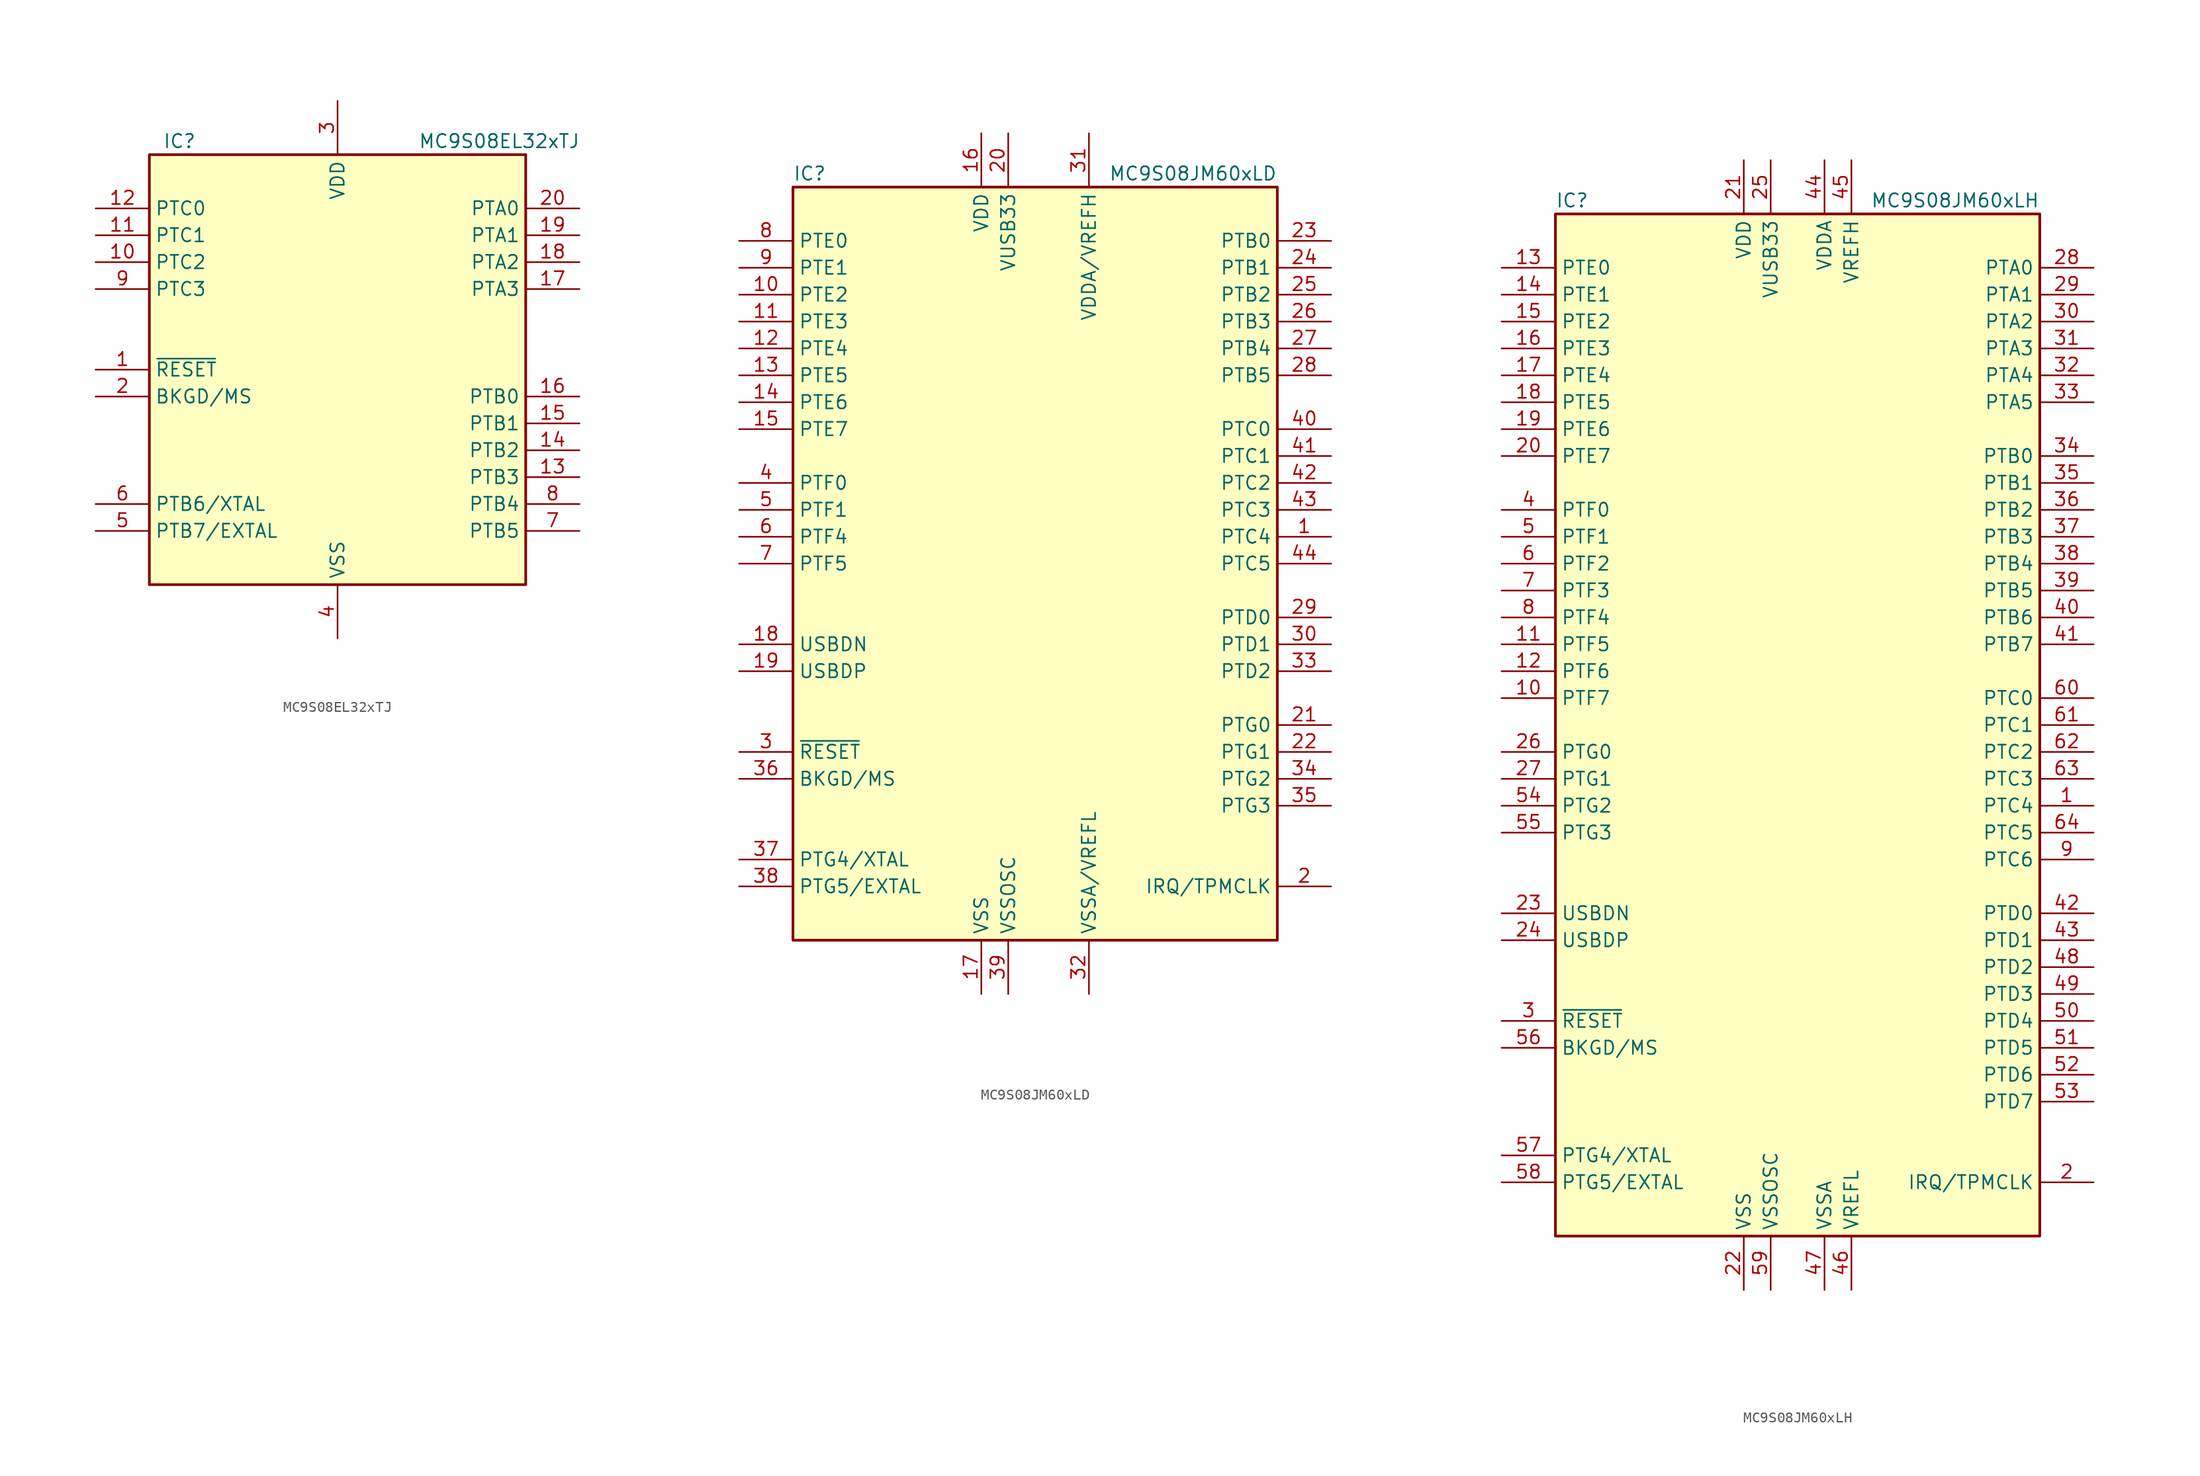
<source format=kicad_sym>
(kicad_symbol_lib
  (version 20231120)
  (generator "kicad_symbol_editor")
  (generator_version "8.0")
  (symbol "MC9S08EL32xTJ"
    (property "Reference" "IC"
      (at -16.51 21.59 0)
      (effects (font (size 1.27 1.27)) (justify left)))
    (property "Value" "MC9S08EL32xTJ"
      (at 7.62 21.59 0)
      (effects (font (size 1.27 1.27)) (justify left)))
    (symbol "MC9S08EL32xTJ_0_1"
      (rectangle (start -17.78 20.32) (end 17.78 -20.32) (stroke (width 0.254) (type default)) (fill (type background))))
    (symbol "MC9S08EL32xTJ_1_1"
      (pin input line (at -22.86 0 0) (length 5.08) (name "~{RESET}" (effects (font (size 1.27 1.27)))) (number "1" (effects (font (size 1.27 1.27)))))
      (pin bidirectional line (at -22.86 10.16 0) (length 5.08) (name "PTC2" (effects (font (size 1.27 1.27)))) (number "10" (effects (font (size 1.27 1.27)))))
      (pin bidirectional line (at -22.86 12.7 0) (length 5.08) (name "PTC1" (effects (font (size 1.27 1.27)))) (number "11" (effects (font (size 1.27 1.27)))))
      (pin bidirectional line (at -22.86 15.24 0) (length 5.08) (name "PTC0" (effects (font (size 1.27 1.27)))) (number "12" (effects (font (size 1.27 1.27)))))
      (pin bidirectional line (at 22.86 -10.16 180) (length 5.08) (name "PTB3" (effects (font (size 1.27 1.27)))) (number "13" (effects (font (size 1.27 1.27)))))
      (pin bidirectional line (at 22.86 -7.62 180) (length 5.08) (name "PTB2" (effects (font (size 1.27 1.27)))) (number "14" (effects (font (size 1.27 1.27)))))
      (pin bidirectional line (at 22.86 -5.08 180) (length 5.08) (name "PTB1" (effects (font (size 1.27 1.27)))) (number "15" (effects (font (size 1.27 1.27)))))
      (pin bidirectional line (at 22.86 -2.54 180) (length 5.08) (name "PTB0" (effects (font (size 1.27 1.27)))) (number "16" (effects (font (size 1.27 1.27)))))
      (pin bidirectional line (at 22.86 7.62 180) (length 5.08) (name "PTA3" (effects (font (size 1.27 1.27)))) (number "17" (effects (font (size 1.27 1.27)))))
      (pin bidirectional line (at 22.86 10.16 180) (length 5.08) (name "PTA2" (effects (font (size 1.27 1.27)))) (number "18" (effects (font (size 1.27 1.27)))))
      (pin bidirectional line (at 22.86 12.7 180) (length 5.08) (name "PTA1" (effects (font (size 1.27 1.27)))) (number "19" (effects (font (size 1.27 1.27)))))
      (pin bidirectional line (at -22.86 -2.54 0) (length 5.08) (name "BKGD/MS" (effects (font (size 1.27 1.27)))) (number "2" (effects (font (size 1.27 1.27)))))
      (pin bidirectional line (at 22.86 15.24 180) (length 5.08) (name "PTA0" (effects (font (size 1.27 1.27)))) (number "20" (effects (font (size 1.27 1.27)))))
      (pin power_in line (at 0 25.4 270) (length 5.08) (name "VDD" (effects (font (size 1.27 1.27)))) (number "3" (effects (font (size 1.27 1.27)))))
      (pin power_in line (at 0 -25.4 90) (length 5.08) (name "VSS" (effects (font (size 1.27 1.27)))) (number "4" (effects (font (size 1.27 1.27)))))
      (pin bidirectional line (at -22.86 -15.24 0) (length 5.08) (name "PTB7/EXTAL" (effects (font (size 1.27 1.27)))) (number "5" (effects (font (size 1.27 1.27)))))
      (pin bidirectional line (at -22.86 -12.7 0) (length 5.08) (name "PTB6/XTAL" (effects (font (size 1.27 1.27)))) (number "6" (effects (font (size 1.27 1.27)))))
      (pin bidirectional line (at 22.86 -15.24 180) (length 5.08) (name "PTB5" (effects (font (size 1.27 1.27)))) (number "7" (effects (font (size 1.27 1.27)))))
      (pin bidirectional line (at 22.86 -12.7 180) (length 5.08) (name "PTB4" (effects (font (size 1.27 1.27)))) (number "8" (effects (font (size 1.27 1.27)))))
      (pin bidirectional line (at -22.86 7.62 0) (length 5.08) (name "PTC3" (effects (font (size 1.27 1.27)))) (number "9" (effects (font (size 1.27 1.27)))))))
  (symbol "MC9S08JM60xLD"
    (property "Reference" "IC"
      (at -22.86 36.83 0)
      (effects (font (size 1.27 1.27)) (justify left)))
    (property "Value" "MC9S08JM60xLD"
      (at 22.86 36.83 0)
      (effects (font (size 1.27 1.27)) (justify right)))
    (symbol "MC9S08JM60xLD_0_1"
      (rectangle (start -22.86 35.56) (end 22.86 -35.56) (stroke (width 0.254) (type default)) (fill (type background))))
    (symbol "MC9S08JM60xLD_1_1"
      (pin bidirectional line (at 27.94 2.54 180) (length 5.08) (name "PTC4" (effects (font (size 1.27 1.27)))) (number "1" (effects (font (size 1.27 1.27)))))
      (pin bidirectional line (at -27.94 25.4 0) (length 5.08) (name "PTE2" (effects (font (size 1.27 1.27)))) (number "10" (effects (font (size 1.27 1.27)))))
      (pin bidirectional line (at -27.94 22.86 0) (length 5.08) (name "PTE3" (effects (font (size 1.27 1.27)))) (number "11" (effects (font (size 1.27 1.27)))))
      (pin bidirectional line (at -27.94 20.32 0) (length 5.08) (name "PTE4" (effects (font (size 1.27 1.27)))) (number "12" (effects (font (size 1.27 1.27)))))
      (pin bidirectional line (at -27.94 17.78 0) (length 5.08) (name "PTE5" (effects (font (size 1.27 1.27)))) (number "13" (effects (font (size 1.27 1.27)))))
      (pin bidirectional line (at -27.94 15.24 0) (length 5.08) (name "PTE6" (effects (font (size 1.27 1.27)))) (number "14" (effects (font (size 1.27 1.27)))))
      (pin bidirectional line (at -27.94 12.7 0) (length 5.08) (name "PTE7" (effects (font (size 1.27 1.27)))) (number "15" (effects (font (size 1.27 1.27)))))
      (pin power_in line (at -5.08 40.64 270) (length 5.08) (name "VDD" (effects (font (size 1.27 1.27)))) (number "16" (effects (font (size 1.27 1.27)))))
      (pin power_in line (at -5.08 -40.64 90) (length 5.08) (name "VSS" (effects (font (size 1.27 1.27)))) (number "17" (effects (font (size 1.27 1.27)))))
      (pin bidirectional line (at -27.94 -7.62 0) (length 5.08) (name "USBDN" (effects (font (size 1.27 1.27)))) (number "18" (effects (font (size 1.27 1.27)))))
      (pin bidirectional line (at -27.94 -10.16 0) (length 5.08) (name "USBDP" (effects (font (size 1.27 1.27)))) (number "19" (effects (font (size 1.27 1.27)))))
      (pin bidirectional line (at 27.94 -30.48 180) (length 5.08) (name "IRQ/TPMCLK" (effects (font (size 1.27 1.27)))) (number "2" (effects (font (size 1.27 1.27)))))
      (pin power_out line (at -2.54 40.64 270) (length 5.08) (name "VUSB33" (effects (font (size 1.27 1.27)))) (number "20" (effects (font (size 1.27 1.27)))))
      (pin bidirectional line (at 27.94 -15.24 180) (length 5.08) (name "PTG0" (effects (font (size 1.27 1.27)))) (number "21" (effects (font (size 1.27 1.27)))))
      (pin bidirectional line (at 27.94 -17.78 180) (length 5.08) (name "PTG1" (effects (font (size 1.27 1.27)))) (number "22" (effects (font (size 1.27 1.27)))))
      (pin bidirectional line (at 27.94 30.48 180) (length 5.08) (name "PTB0" (effects (font (size 1.27 1.27)))) (number "23" (effects (font (size 1.27 1.27)))))
      (pin bidirectional line (at 27.94 27.94 180) (length 5.08) (name "PTB1" (effects (font (size 1.27 1.27)))) (number "24" (effects (font (size 1.27 1.27)))))
      (pin bidirectional line (at 27.94 25.4 180) (length 5.08) (name "PTB2" (effects (font (size 1.27 1.27)))) (number "25" (effects (font (size 1.27 1.27)))))
      (pin bidirectional line (at 27.94 22.86 180) (length 5.08) (name "PTB3" (effects (font (size 1.27 1.27)))) (number "26" (effects (font (size 1.27 1.27)))))
      (pin bidirectional line (at 27.94 20.32 180) (length 5.08) (name "PTB4" (effects (font (size 1.27 1.27)))) (number "27" (effects (font (size 1.27 1.27)))))
      (pin bidirectional line (at 27.94 17.78 180) (length 5.08) (name "PTB5" (effects (font (size 1.27 1.27)))) (number "28" (effects (font (size 1.27 1.27)))))
      (pin bidirectional line (at 27.94 -5.08 180) (length 5.08) (name "PTD0" (effects (font (size 1.27 1.27)))) (number "29" (effects (font (size 1.27 1.27)))))
      (pin input line (at -27.94 -17.78 0) (length 5.08) (name "~{RESET}" (effects (font (size 1.27 1.27)))) (number "3" (effects (font (size 1.27 1.27)))))
      (pin bidirectional line (at 27.94 -7.62 180) (length 5.08) (name "PTD1" (effects (font (size 1.27 1.27)))) (number "30" (effects (font (size 1.27 1.27)))))
      (pin power_in line (at 5.08 40.64 270) (length 5.08) (name "VDDA/VREFH" (effects (font (size 1.27 1.27)))) (number "31" (effects (font (size 1.27 1.27)))))
      (pin power_in line (at 5.08 -40.64 90) (length 5.08) (name "VSSA/VREFL" (effects (font (size 1.27 1.27)))) (number "32" (effects (font (size 1.27 1.27)))))
      (pin bidirectional line (at 27.94 -10.16 180) (length 5.08) (name "PTD2" (effects (font (size 1.27 1.27)))) (number "33" (effects (font (size 1.27 1.27)))))
      (pin bidirectional line (at 27.94 -20.32 180) (length 5.08) (name "PTG2" (effects (font (size 1.27 1.27)))) (number "34" (effects (font (size 1.27 1.27)))))
      (pin bidirectional line (at 27.94 -22.86 180) (length 5.08) (name "PTG3" (effects (font (size 1.27 1.27)))) (number "35" (effects (font (size 1.27 1.27)))))
      (pin bidirectional line (at -27.94 -20.32 0) (length 5.08) (name "BKGD/MS" (effects (font (size 1.27 1.27)))) (number "36" (effects (font (size 1.27 1.27)))))
      (pin bidirectional line (at -27.94 -27.94 0) (length 5.08) (name "PTG4/XTAL" (effects (font (size 1.27 1.27)))) (number "37" (effects (font (size 1.27 1.27)))))
      (pin bidirectional line (at -27.94 -30.48 0) (length 5.08) (name "PTG5/EXTAL" (effects (font (size 1.27 1.27)))) (number "38" (effects (font (size 1.27 1.27)))))
      (pin power_in line (at -2.54 -40.64 90) (length 5.08) (name "VSSOSC" (effects (font (size 1.27 1.27)))) (number "39" (effects (font (size 1.27 1.27)))))
      (pin bidirectional line (at -27.94 7.62 0) (length 5.08) (name "PTF0" (effects (font (size 1.27 1.27)))) (number "4" (effects (font (size 1.27 1.27)))))
      (pin bidirectional line (at 27.94 12.7 180) (length 5.08) (name "PTC0" (effects (font (size 1.27 1.27)))) (number "40" (effects (font (size 1.27 1.27)))))
      (pin bidirectional line (at 27.94 10.16 180) (length 5.08) (name "PTC1" (effects (font (size 1.27 1.27)))) (number "41" (effects (font (size 1.27 1.27)))))
      (pin bidirectional line (at 27.94 7.62 180) (length 5.08) (name "PTC2" (effects (font (size 1.27 1.27)))) (number "42" (effects (font (size 1.27 1.27)))))
      (pin bidirectional line (at 27.94 5.08 180) (length 5.08) (name "PTC3" (effects (font (size 1.27 1.27)))) (number "43" (effects (font (size 1.27 1.27)))))
      (pin bidirectional line (at 27.94 0 180) (length 5.08) (name "PTC5" (effects (font (size 1.27 1.27)))) (number "44" (effects (font (size 1.27 1.27)))))
      (pin bidirectional line (at -27.94 5.08 0) (length 5.08) (name "PTF1" (effects (font (size 1.27 1.27)))) (number "5" (effects (font (size 1.27 1.27)))))
      (pin bidirectional line (at -27.94 2.54 0) (length 5.08) (name "PTF4" (effects (font (size 1.27 1.27)))) (number "6" (effects (font (size 1.27 1.27)))))
      (pin bidirectional line (at -27.94 0 0) (length 5.08) (name "PTF5" (effects (font (size 1.27 1.27)))) (number "7" (effects (font (size 1.27 1.27)))))
      (pin bidirectional line (at -27.94 30.48 0) (length 5.08) (name "PTE0" (effects (font (size 1.27 1.27)))) (number "8" (effects (font (size 1.27 1.27)))))
      (pin bidirectional line (at -27.94 27.94 0) (length 5.08) (name "PTE1" (effects (font (size 1.27 1.27)))) (number "9" (effects (font (size 1.27 1.27)))))))
  (symbol "MC9S08JM60xLH"
    (property "Reference" "IC"
      (at -22.86 49.53 0)
      (effects (font (size 1.27 1.27)) (justify left)))
    (property "Value" "MC9S08JM60xLH"
      (at 22.86 49.53 0)
      (effects (font (size 1.27 1.27)) (justify right)))
    (symbol "MC9S08JM60xLH_0_1"
      (rectangle (start -22.86 48.26) (end 22.86 -48.26) (stroke (width 0.254) (type default)) (fill (type background))))
    (symbol "MC9S08JM60xLH_1_1"
      (pin bidirectional line (at 27.94 -7.62 180) (length 5.08) (name "PTC4" (effects (font (size 1.27 1.27)))) (number "1" (effects (font (size 1.27 1.27)))))
      (pin bidirectional line (at -27.94 2.54 0) (length 5.08) (name "PTF7" (effects (font (size 1.27 1.27)))) (number "10" (effects (font (size 1.27 1.27)))))
      (pin bidirectional line (at -27.94 7.62 0) (length 5.08) (name "PTF5" (effects (font (size 1.27 1.27)))) (number "11" (effects (font (size 1.27 1.27)))))
      (pin bidirectional line (at -27.94 5.08 0) (length 5.08) (name "PTF6" (effects (font (size 1.27 1.27)))) (number "12" (effects (font (size 1.27 1.27)))))
      (pin bidirectional line (at -27.94 43.18 0) (length 5.08) (name "PTE0" (effects (font (size 1.27 1.27)))) (number "13" (effects (font (size 1.27 1.27)))))
      (pin bidirectional line (at -27.94 40.64 0) (length 5.08) (name "PTE1" (effects (font (size 1.27 1.27)))) (number "14" (effects (font (size 1.27 1.27)))))
      (pin bidirectional line (at -27.94 38.1 0) (length 5.08) (name "PTE2" (effects (font (size 1.27 1.27)))) (number "15" (effects (font (size 1.27 1.27)))))
      (pin bidirectional line (at -27.94 35.56 0) (length 5.08) (name "PTE3" (effects (font (size 1.27 1.27)))) (number "16" (effects (font (size 1.27 1.27)))))
      (pin bidirectional line (at -27.94 33.02 0) (length 5.08) (name "PTE4" (effects (font (size 1.27 1.27)))) (number "17" (effects (font (size 1.27 1.27)))))
      (pin bidirectional line (at -27.94 30.48 0) (length 5.08) (name "PTE5" (effects (font (size 1.27 1.27)))) (number "18" (effects (font (size 1.27 1.27)))))
      (pin bidirectional line (at -27.94 27.94 0) (length 5.08) (name "PTE6" (effects (font (size 1.27 1.27)))) (number "19" (effects (font (size 1.27 1.27)))))
      (pin bidirectional line (at 27.94 -43.18 180) (length 5.08) (name "IRQ/TPMCLK" (effects (font (size 1.27 1.27)))) (number "2" (effects (font (size 1.27 1.27)))))
      (pin bidirectional line (at -27.94 25.4 0) (length 5.08) (name "PTE7" (effects (font (size 1.27 1.27)))) (number "20" (effects (font (size 1.27 1.27)))))
      (pin power_in line (at -5.08 53.34 270) (length 5.08) (name "VDD" (effects (font (size 1.27 1.27)))) (number "21" (effects (font (size 1.27 1.27)))))
      (pin power_in line (at -5.08 -53.34 90) (length 5.08) (name "VSS" (effects (font (size 1.27 1.27)))) (number "22" (effects (font (size 1.27 1.27)))))
      (pin bidirectional line (at -27.94 -17.78 0) (length 5.08) (name "USBDN" (effects (font (size 1.27 1.27)))) (number "23" (effects (font (size 1.27 1.27)))))
      (pin bidirectional line (at -27.94 -20.32 0) (length 5.08) (name "USBDP" (effects (font (size 1.27 1.27)))) (number "24" (effects (font (size 1.27 1.27)))))
      (pin power_out line (at -2.54 53.34 270) (length 5.08) (name "VUSB33" (effects (font (size 1.27 1.27)))) (number "25" (effects (font (size 1.27 1.27)))))
      (pin bidirectional line (at -27.94 -2.54 0) (length 5.08) (name "PTG0" (effects (font (size 1.27 1.27)))) (number "26" (effects (font (size 1.27 1.27)))))
      (pin bidirectional line (at -27.94 -5.08 0) (length 5.08) (name "PTG1" (effects (font (size 1.27 1.27)))) (number "27" (effects (font (size 1.27 1.27)))))
      (pin bidirectional line (at 27.94 43.18 180) (length 5.08) (name "PTA0" (effects (font (size 1.27 1.27)))) (number "28" (effects (font (size 1.27 1.27)))))
      (pin bidirectional line (at 27.94 40.64 180) (length 5.08) (name "PTA1" (effects (font (size 1.27 1.27)))) (number "29" (effects (font (size 1.27 1.27)))))
      (pin input line (at -27.94 -27.94 0) (length 5.08) (name "~{RESET}" (effects (font (size 1.27 1.27)))) (number "3" (effects (font (size 1.27 1.27)))))
      (pin bidirectional line (at 27.94 38.1 180) (length 5.08) (name "PTA2" (effects (font (size 1.27 1.27)))) (number "30" (effects (font (size 1.27 1.27)))))
      (pin bidirectional line (at 27.94 35.56 180) (length 5.08) (name "PTA3" (effects (font (size 1.27 1.27)))) (number "31" (effects (font (size 1.27 1.27)))))
      (pin bidirectional line (at 27.94 33.02 180) (length 5.08) (name "PTA4" (effects (font (size 1.27 1.27)))) (number "32" (effects (font (size 1.27 1.27)))))
      (pin bidirectional line (at 27.94 30.48 180) (length 5.08) (name "PTA5" (effects (font (size 1.27 1.27)))) (number "33" (effects (font (size 1.27 1.27)))))
      (pin bidirectional line (at 27.94 25.4 180) (length 5.08) (name "PTB0" (effects (font (size 1.27 1.27)))) (number "34" (effects (font (size 1.27 1.27)))))
      (pin bidirectional line (at 27.94 22.86 180) (length 5.08) (name "PTB1" (effects (font (size 1.27 1.27)))) (number "35" (effects (font (size 1.27 1.27)))))
      (pin bidirectional line (at 27.94 20.32 180) (length 5.08) (name "PTB2" (effects (font (size 1.27 1.27)))) (number "36" (effects (font (size 1.27 1.27)))))
      (pin bidirectional line (at 27.94 17.78 180) (length 5.08) (name "PTB3" (effects (font (size 1.27 1.27)))) (number "37" (effects (font (size 1.27 1.27)))))
      (pin bidirectional line (at 27.94 15.24 180) (length 5.08) (name "PTB4" (effects (font (size 1.27 1.27)))) (number "38" (effects (font (size 1.27 1.27)))))
      (pin bidirectional line (at 27.94 12.7 180) (length 5.08) (name "PTB5" (effects (font (size 1.27 1.27)))) (number "39" (effects (font (size 1.27 1.27)))))
      (pin bidirectional line (at -27.94 20.32 0) (length 5.08) (name "PTF0" (effects (font (size 1.27 1.27)))) (number "4" (effects (font (size 1.27 1.27)))))
      (pin bidirectional line (at 27.94 10.16 180) (length 5.08) (name "PTB6" (effects (font (size 1.27 1.27)))) (number "40" (effects (font (size 1.27 1.27)))))
      (pin bidirectional line (at 27.94 7.62 180) (length 5.08) (name "PTB7" (effects (font (size 1.27 1.27)))) (number "41" (effects (font (size 1.27 1.27)))))
      (pin bidirectional line (at 27.94 -17.78 180) (length 5.08) (name "PTD0" (effects (font (size 1.27 1.27)))) (number "42" (effects (font (size 1.27 1.27)))))
      (pin bidirectional line (at 27.94 -20.32 180) (length 5.08) (name "PTD1" (effects (font (size 1.27 1.27)))) (number "43" (effects (font (size 1.27 1.27)))))
      (pin power_in line (at 2.54 53.34 270) (length 5.08) (name "VDDA" (effects (font (size 1.27 1.27)))) (number "44" (effects (font (size 1.27 1.27)))))
      (pin power_in line (at 5.08 53.34 270) (length 5.08) (name "VREFH" (effects (font (size 1.27 1.27)))) (number "45" (effects (font (size 1.27 1.27)))))
      (pin power_in line (at 5.08 -53.34 90) (length 5.08) (name "VREFL" (effects (font (size 1.27 1.27)))) (number "46" (effects (font (size 1.27 1.27)))))
      (pin power_in line (at 2.54 -53.34 90) (length 5.08) (name "VSSA" (effects (font (size 1.27 1.27)))) (number "47" (effects (font (size 1.27 1.27)))))
      (pin bidirectional line (at 27.94 -22.86 180) (length 5.08) (name "PTD2" (effects (font (size 1.27 1.27)))) (number "48" (effects (font (size 1.27 1.27)))))
      (pin bidirectional line (at 27.94 -25.4 180) (length 5.08) (name "PTD3" (effects (font (size 1.27 1.27)))) (number "49" (effects (font (size 1.27 1.27)))))
      (pin bidirectional line (at -27.94 17.78 0) (length 5.08) (name "PTF1" (effects (font (size 1.27 1.27)))) (number "5" (effects (font (size 1.27 1.27)))))
      (pin bidirectional line (at 27.94 -27.94 180) (length 5.08) (name "PTD4" (effects (font (size 1.27 1.27)))) (number "50" (effects (font (size 1.27 1.27)))))
      (pin bidirectional line (at 27.94 -30.48 180) (length 5.08) (name "PTD5" (effects (font (size 1.27 1.27)))) (number "51" (effects (font (size 1.27 1.27)))))
      (pin bidirectional line (at 27.94 -33.02 180) (length 5.08) (name "PTD6" (effects (font (size 1.27 1.27)))) (number "52" (effects (font (size 1.27 1.27)))))
      (pin bidirectional line (at 27.94 -35.56 180) (length 5.08) (name "PTD7" (effects (font (size 1.27 1.27)))) (number "53" (effects (font (size 1.27 1.27)))))
      (pin bidirectional line (at -27.94 -7.62 0) (length 5.08) (name "PTG2" (effects (font (size 1.27 1.27)))) (number "54" (effects (font (size 1.27 1.27)))))
      (pin bidirectional line (at -27.94 -10.16 0) (length 5.08) (name "PTG3" (effects (font (size 1.27 1.27)))) (number "55" (effects (font (size 1.27 1.27)))))
      (pin bidirectional line (at -27.94 -30.48 0) (length 5.08) (name "BKGD/MS" (effects (font (size 1.27 1.27)))) (number "56" (effects (font (size 1.27 1.27)))))
      (pin bidirectional line (at -27.94 -40.64 0) (length 5.08) (name "PTG4/XTAL" (effects (font (size 1.27 1.27)))) (number "57" (effects (font (size 1.27 1.27)))))
      (pin bidirectional line (at -27.94 -43.18 0) (length 5.08) (name "PTG5/EXTAL" (effects (font (size 1.27 1.27)))) (number "58" (effects (font (size 1.27 1.27)))))
      (pin power_in line (at -2.54 -53.34 90) (length 5.08) (name "VSSOSC" (effects (font (size 1.27 1.27)))) (number "59" (effects (font (size 1.27 1.27)))))
      (pin bidirectional line (at -27.94 15.24 0) (length 5.08) (name "PTF2" (effects (font (size 1.27 1.27)))) (number "6" (effects (font (size 1.27 1.27)))))
      (pin bidirectional line (at 27.94 2.54 180) (length 5.08) (name "PTC0" (effects (font (size 1.27 1.27)))) (number "60" (effects (font (size 1.27 1.27)))))
      (pin bidirectional line (at 27.94 0 180) (length 5.08) (name "PTC1" (effects (font (size 1.27 1.27)))) (number "61" (effects (font (size 1.27 1.27)))))
      (pin bidirectional line (at 27.94 -2.54 180) (length 5.08) (name "PTC2" (effects (font (size 1.27 1.27)))) (number "62" (effects (font (size 1.27 1.27)))))
      (pin bidirectional line (at 27.94 -5.08 180) (length 5.08) (name "PTC3" (effects (font (size 1.27 1.27)))) (number "63" (effects (font (size 1.27 1.27)))))
      (pin bidirectional line (at 27.94 -10.16 180) (length 5.08) (name "PTC5" (effects (font (size 1.27 1.27)))) (number "64" (effects (font (size 1.27 1.27)))))
      (pin bidirectional line (at -27.94 12.7 0) (length 5.08) (name "PTF3" (effects (font (size 1.27 1.27)))) (number "7" (effects (font (size 1.27 1.27)))))
      (pin bidirectional line (at -27.94 10.16 0) (length 5.08) (name "PTF4" (effects (font (size 1.27 1.27)))) (number "8" (effects (font (size 1.27 1.27)))))
      (pin bidirectional line (at 27.94 -12.7 180) (length 5.08) (name "PTC6" (effects (font (size 1.27 1.27)))) (number "9" (effects (font (size 1.27 1.27))))))))
</source>
